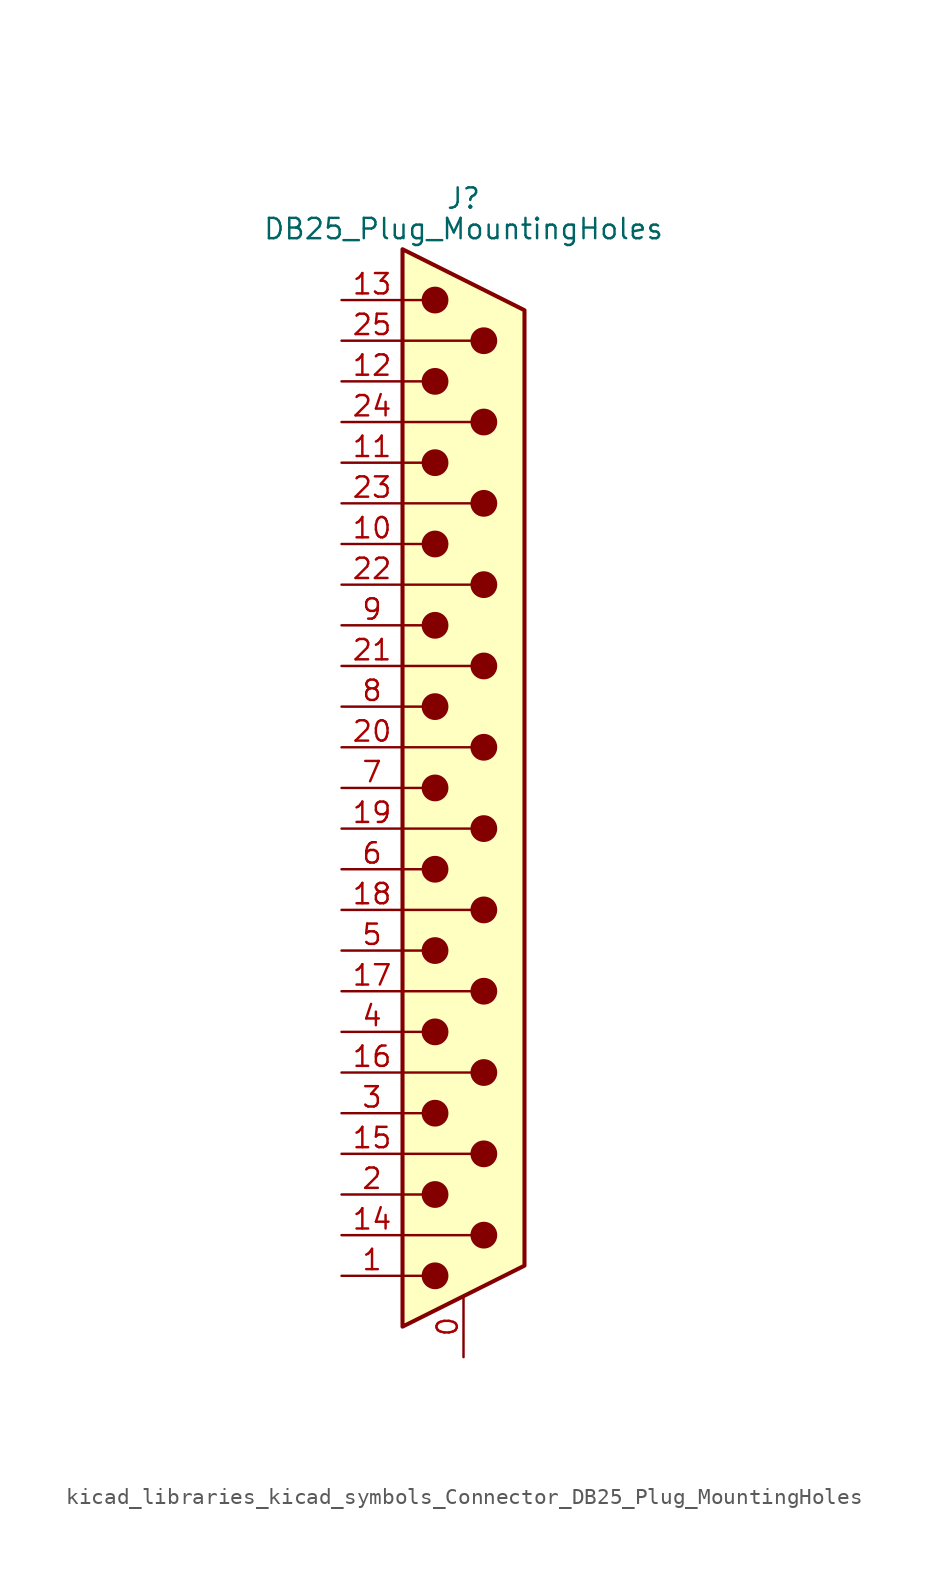
<source format=kicad_sym>
(kicad_symbol_lib
  (version 20220914)
  (generator kicad_symbol_editor)
  (symbol "kicad_libraries_kicad_symbols_Connector_DB25_Plug_MountingHoles"
    (pin_names
      (offset 1.016) hide)
    (property "Reference" "J"
      (at 0 36.83 0)
      (effects (font (size 1.27 1.27))))
    (property "Value" "DB25_Plug_MountingHoles"
      (at 0 34.925 0)
      (effects (font (size 1.27 1.27))))
    (symbol "kicad_libraries_kicad_symbols_Connector_DB25_Plug_MountingHoles_0_1"
      (circle (center -1.778 -30.48) (radius 0.762) (stroke (width 0) (type default)) (fill (type outline)))
      (circle (center -1.778 -25.4) (radius 0.762) (stroke (width 0) (type default)) (fill (type outline)))
      (circle (center -1.778 -20.32) (radius 0.762) (stroke (width 0) (type default)) (fill (type outline)))
      (circle (center -1.778 -15.24) (radius 0.762) (stroke (width 0) (type default)) (fill (type outline)))
      (circle (center -1.778 -10.16) (radius 0.762) (stroke (width 0) (type default)) (fill (type outline)))
      (circle (center -1.778 -5.08) (radius 0.762) (stroke (width 0) (type default)) (fill (type outline)))
      (circle (center -1.778 0) (radius 0.762) (stroke (width 0) (type default)) (fill (type outline)))
      (circle (center -1.778 5.08) (radius 0.762) (stroke (width 0) (type default)) (fill (type outline)))
      (circle (center -1.778 10.16) (radius 0.762) (stroke (width 0) (type default)) (fill (type outline)))
      (circle (center -1.778 15.24) (radius 0.762) (stroke (width 0) (type default)) (fill (type outline)))
      (circle (center -1.778 20.32) (radius 0.762) (stroke (width 0) (type default)) (fill (type outline)))
      (circle (center -1.778 25.4) (radius 0.762) (stroke (width 0) (type default)) (fill (type outline)))
      (circle (center -1.778 30.48) (radius 0.762) (stroke (width 0) (type default)) (fill (type outline)))
      (polyline (pts (xy -3.81 -30.48) (xy -2.54 -30.48)) (stroke (width 0) (type default)) (fill (type none)))
      (polyline (pts (xy -3.81 -27.94) (xy 0.508 -27.94)) (stroke (width 0) (type default)) (fill (type none)))
      (polyline (pts (xy -3.81 -25.4) (xy -2.54 -25.4)) (stroke (width 0) (type default)) (fill (type none)))
      (polyline (pts (xy -3.81 -22.86) (xy 0.508 -22.86)) (stroke (width 0) (type default)) (fill (type none)))
      (polyline (pts (xy -3.81 -20.32) (xy -2.54 -20.32)) (stroke (width 0) (type default)) (fill (type none)))
      (polyline (pts (xy -3.81 -17.78) (xy 0.508 -17.78)) (stroke (width 0) (type default)) (fill (type none)))
      (polyline (pts (xy -3.81 -15.24) (xy -2.54 -15.24)) (stroke (width 0) (type default)) (fill (type none)))
      (polyline (pts (xy -3.81 -12.7) (xy 0.508 -12.7)) (stroke (width 0) (type default)) (fill (type none)))
      (polyline (pts (xy -3.81 -10.16) (xy -2.54 -10.16)) (stroke (width 0) (type default)) (fill (type none)))
      (polyline (pts (xy -3.81 -7.62) (xy 0.508 -7.62)) (stroke (width 0) (type default)) (fill (type none)))
      (polyline (pts (xy -3.81 -5.08) (xy -2.54 -5.08)) (stroke (width 0) (type default)) (fill (type none)))
      (polyline (pts (xy -3.81 -2.54) (xy 0.508 -2.54)) (stroke (width 0) (type default)) (fill (type none)))
      (polyline (pts (xy -3.81 0) (xy -2.54 0)) (stroke (width 0) (type default)) (fill (type none)))
      (polyline (pts (xy -3.81 2.54) (xy 0.508 2.54)) (stroke (width 0) (type default)) (fill (type none)))
      (polyline (pts (xy -3.81 5.08) (xy -2.54 5.08)) (stroke (width 0) (type default)) (fill (type none)))
      (polyline (pts (xy -3.81 7.62) (xy 0.508 7.62)) (stroke (width 0) (type default)) (fill (type none)))
      (polyline (pts (xy -3.81 10.16) (xy -2.54 10.16)) (stroke (width 0) (type default)) (fill (type none)))
      (polyline (pts (xy -3.81 12.7) (xy 0.508 12.7)) (stroke (width 0) (type default)) (fill (type none)))
      (polyline (pts (xy -3.81 15.24) (xy -2.54 15.24)) (stroke (width 0) (type default)) (fill (type none)))
      (polyline (pts (xy -3.81 17.78) (xy 0.508 17.78)) (stroke (width 0) (type default)) (fill (type none)))
      (polyline (pts (xy -3.81 20.32) (xy -2.54 20.32)) (stroke (width 0) (type default)) (fill (type none)))
      (polyline (pts (xy -3.81 22.86) (xy 0.508 22.86)) (stroke (width 0) (type default)) (fill (type none)))
      (polyline (pts (xy -3.81 25.4) (xy -2.54 25.4)) (stroke (width 0) (type default)) (fill (type none)))
      (polyline (pts (xy -3.81 27.94) (xy 0.508 27.94)) (stroke (width 0) (type default)) (fill (type none)))
      (polyline (pts (xy -3.81 30.48) (xy -2.54 30.48)) (stroke (width 0) (type default)) (fill (type none)))
      (polyline (pts (xy -3.81 -33.655) (xy 3.81 -29.845) (xy 3.81 29.845) (xy -3.81 33.655) (xy -3.81 -33.655)) (stroke (width 0.254) (type default)) (fill (type background)))
      (circle (center 1.27 -27.94) (radius 0.762) (stroke (width 0) (type default)) (fill (type outline)))
      (circle (center 1.27 -22.86) (radius 0.762) (stroke (width 0) (type default)) (fill (type outline)))
      (circle (center 1.27 -17.78) (radius 0.762) (stroke (width 0) (type default)) (fill (type outline)))
      (circle (center 1.27 -12.7) (radius 0.762) (stroke (width 0) (type default)) (fill (type outline)))
      (circle (center 1.27 -7.62) (radius 0.762) (stroke (width 0) (type default)) (fill (type outline)))
      (circle (center 1.27 -2.54) (radius 0.762) (stroke (width 0) (type default)) (fill (type outline)))
      (circle (center 1.27 2.54) (radius 0.762) (stroke (width 0) (type default)) (fill (type outline)))
      (circle (center 1.27 7.62) (radius 0.762) (stroke (width 0) (type default)) (fill (type outline)))
      (circle (center 1.27 12.7) (radius 0.762) (stroke (width 0) (type default)) (fill (type outline)))
      (circle (center 1.27 17.78) (radius 0.762) (stroke (width 0) (type default)) (fill (type outline)))
      (circle (center 1.27 22.86) (radius 0.762) (stroke (width 0) (type default)) (fill (type outline)))
      (circle (center 1.27 27.94) (radius 0.762) (stroke (width 0) (type default)) (fill (type outline))))
    (symbol "kicad_libraries_kicad_symbols_Connector_DB25_Plug_MountingHoles_1_1"
      (pin passive line (at 0 -35.56 90) (length 3.81) (name "PAD" (effects (font (size 1.27 1.27)))) (number "0" (effects (font (size 1.27 1.27)))))
      (pin passive line (at -7.62 -30.48 0) (length 3.81) (name "1" (effects (font (size 1.27 1.27)))) (number "1" (effects (font (size 1.27 1.27)))))
      (pin passive line (at -7.62 15.24 0) (length 3.81) (name "10" (effects (font (size 1.27 1.27)))) (number "10" (effects (font (size 1.27 1.27)))))
      (pin passive line (at -7.62 20.32 0) (length 3.81) (name "11" (effects (font (size 1.27 1.27)))) (number "11" (effects (font (size 1.27 1.27)))))
      (pin passive line (at -7.62 25.4 0) (length 3.81) (name "12" (effects (font (size 1.27 1.27)))) (number "12" (effects (font (size 1.27 1.27)))))
      (pin passive line (at -7.62 30.48 0) (length 3.81) (name "13" (effects (font (size 1.27 1.27)))) (number "13" (effects (font (size 1.27 1.27)))))
      (pin passive line (at -7.62 -27.94 0) (length 3.81) (name "P14" (effects (font (size 1.27 1.27)))) (number "14" (effects (font (size 1.27 1.27)))))
      (pin passive line (at -7.62 -22.86 0) (length 3.81) (name "P15" (effects (font (size 1.27 1.27)))) (number "15" (effects (font (size 1.27 1.27)))))
      (pin passive line (at -7.62 -17.78 0) (length 3.81) (name "P16" (effects (font (size 1.27 1.27)))) (number "16" (effects (font (size 1.27 1.27)))))
      (pin passive line (at -7.62 -12.7 0) (length 3.81) (name "P17" (effects (font (size 1.27 1.27)))) (number "17" (effects (font (size 1.27 1.27)))))
      (pin passive line (at -7.62 -7.62 0) (length 3.81) (name "P18" (effects (font (size 1.27 1.27)))) (number "18" (effects (font (size 1.27 1.27)))))
      (pin passive line (at -7.62 -2.54 0) (length 3.81) (name "P19" (effects (font (size 1.27 1.27)))) (number "19" (effects (font (size 1.27 1.27)))))
      (pin passive line (at -7.62 -25.4 0) (length 3.81) (name "2" (effects (font (size 1.27 1.27)))) (number "2" (effects (font (size 1.27 1.27)))))
      (pin passive line (at -7.62 2.54 0) (length 3.81) (name "P20" (effects (font (size 1.27 1.27)))) (number "20" (effects (font (size 1.27 1.27)))))
      (pin passive line (at -7.62 7.62 0) (length 3.81) (name "P21" (effects (font (size 1.27 1.27)))) (number "21" (effects (font (size 1.27 1.27)))))
      (pin passive line (at -7.62 12.7 0) (length 3.81) (name "P22" (effects (font (size 1.27 1.27)))) (number "22" (effects (font (size 1.27 1.27)))))
      (pin passive line (at -7.62 17.78 0) (length 3.81) (name "P23" (effects (font (size 1.27 1.27)))) (number "23" (effects (font (size 1.27 1.27)))))
      (pin passive line (at -7.62 22.86 0) (length 3.81) (name "P24" (effects (font (size 1.27 1.27)))) (number "24" (effects (font (size 1.27 1.27)))))
      (pin passive line (at -7.62 27.94 0) (length 3.81) (name "P25" (effects (font (size 1.27 1.27)))) (number "25" (effects (font (size 1.27 1.27)))))
      (pin passive line (at -7.62 -20.32 0) (length 3.81) (name "3" (effects (font (size 1.27 1.27)))) (number "3" (effects (font (size 1.27 1.27)))))
      (pin passive line (at -7.62 -15.24 0) (length 3.81) (name "4" (effects (font (size 1.27 1.27)))) (number "4" (effects (font (size 1.27 1.27)))))
      (pin passive line (at -7.62 -10.16 0) (length 3.81) (name "5" (effects (font (size 1.27 1.27)))) (number "5" (effects (font (size 1.27 1.27)))))
      (pin passive line (at -7.62 -5.08 0) (length 3.81) (name "6" (effects (font (size 1.27 1.27)))) (number "6" (effects (font (size 1.27 1.27)))))
      (pin passive line (at -7.62 0 0) (length 3.81) (name "7" (effects (font (size 1.27 1.27)))) (number "7" (effects (font (size 1.27 1.27)))))
      (pin passive line (at -7.62 5.08 0) (length 3.81) (name "8" (effects (font (size 1.27 1.27)))) (number "8" (effects (font (size 1.27 1.27)))))
      (pin passive line (at -7.62 10.16 0) (length 3.81) (name "9" (effects (font (size 1.27 1.27)))) (number "9" (effects (font (size 1.27 1.27))))))))
</source>
